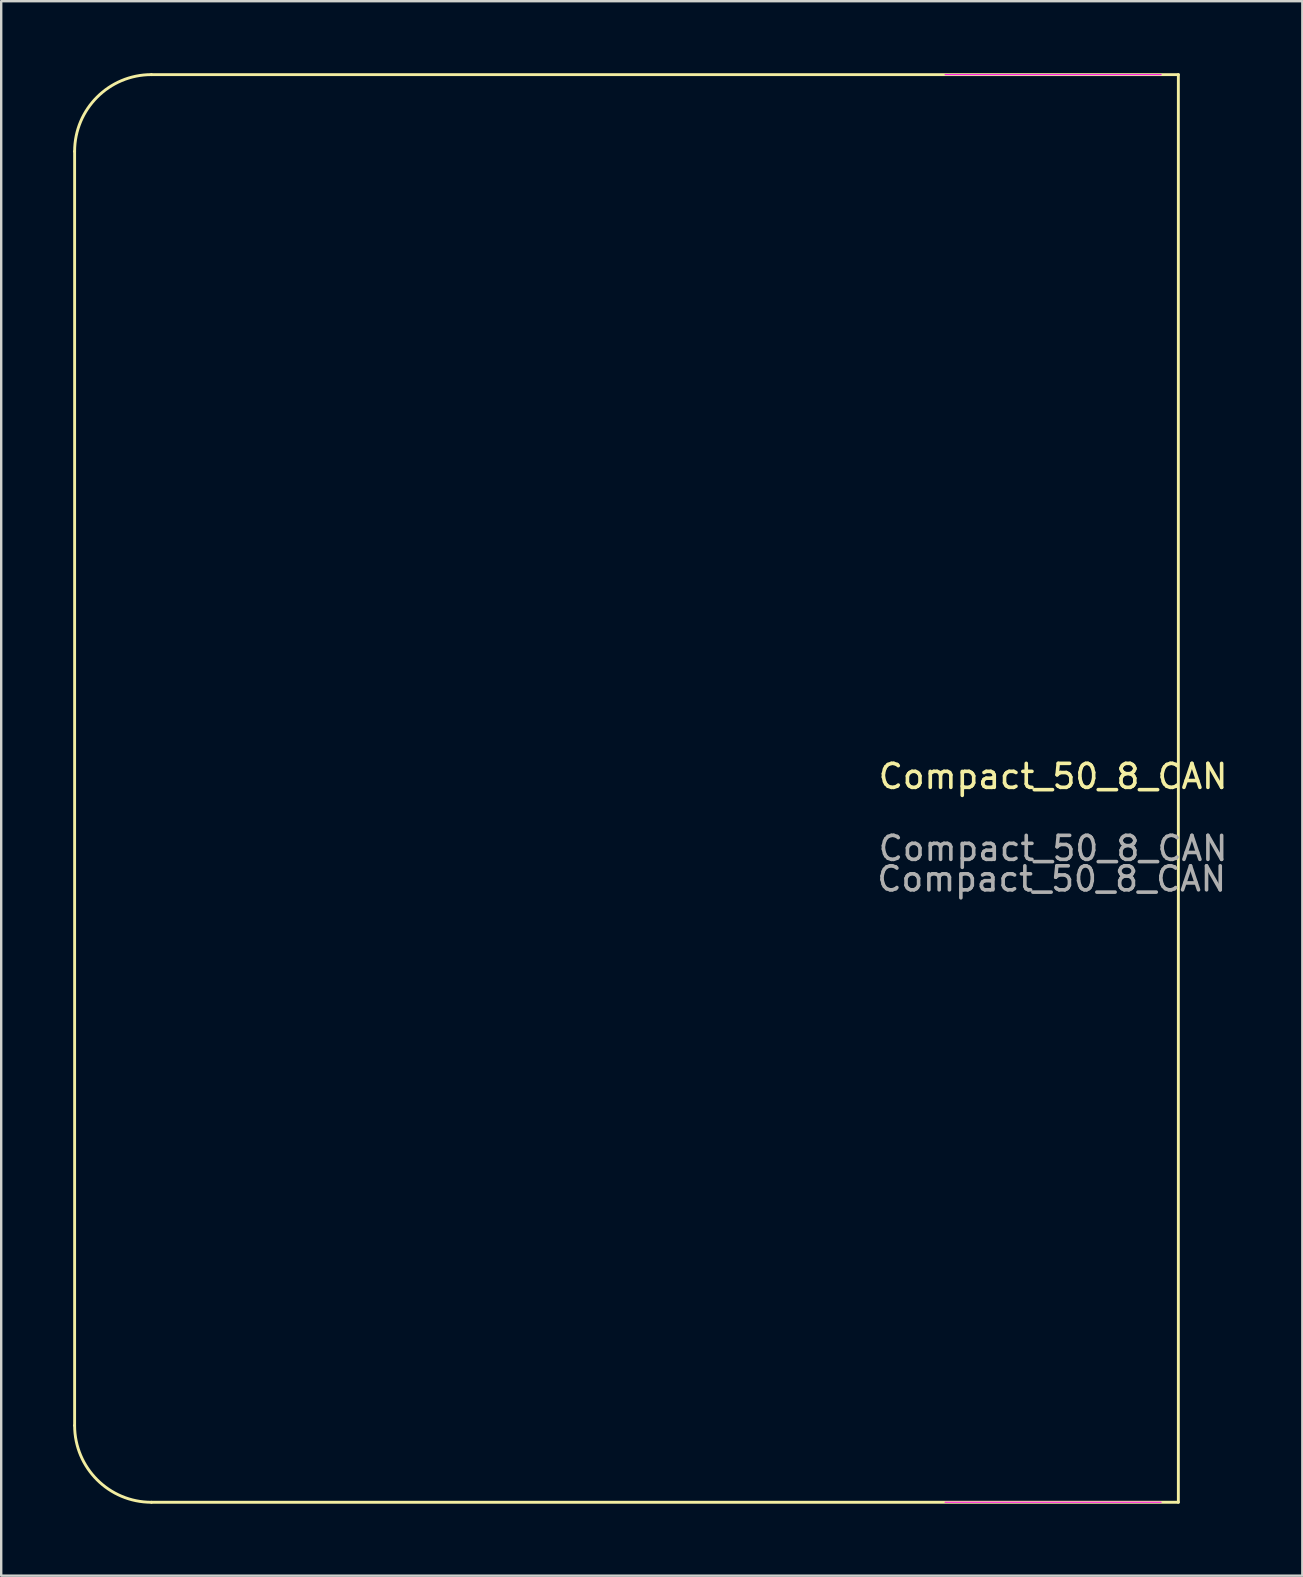
<source format=kicad_pcb>
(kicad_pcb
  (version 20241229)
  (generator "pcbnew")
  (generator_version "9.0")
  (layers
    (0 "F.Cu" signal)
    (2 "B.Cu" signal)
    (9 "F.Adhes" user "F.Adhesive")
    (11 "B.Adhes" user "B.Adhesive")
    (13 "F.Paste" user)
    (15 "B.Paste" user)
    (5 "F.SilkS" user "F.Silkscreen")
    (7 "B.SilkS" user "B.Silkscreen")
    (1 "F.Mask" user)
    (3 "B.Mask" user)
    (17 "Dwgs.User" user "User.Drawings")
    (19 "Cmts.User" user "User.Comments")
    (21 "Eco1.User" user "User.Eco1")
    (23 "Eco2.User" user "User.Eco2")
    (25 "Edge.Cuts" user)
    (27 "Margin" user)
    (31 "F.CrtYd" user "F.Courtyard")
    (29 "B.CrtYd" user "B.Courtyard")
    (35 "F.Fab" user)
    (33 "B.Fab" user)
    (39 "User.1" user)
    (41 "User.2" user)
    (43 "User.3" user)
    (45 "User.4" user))
  (footprint "Compact_50_8_CAN"
    (layer "F.Cu")
    (at 40.84 29.81)
    (property "Reference" "Compact_50_8_CAN" (at 0 -0.5 0) (unlocked yes) (layer "F.SilkS") (effects (font (size 1 1) (thickness 0.15))))
    (attr through_hole)
    (fp_line (start -40.78 26.55) (end -40.78 -26.55) (stroke (width 0.12) (type default)) (layer "F.SilkS"))
    (fp_line (start -37.58 -29.75) (end 5.22 -29.75) (stroke (width 0.12) (type default)) (layer "F.SilkS"))
    (fp_line (start 5.22 -29.75) (end 5.22 29.75) (stroke (width 0.12) (type default)) (layer "F.SilkS"))
    (fp_line (start 5.22 29.75) (end -37.58 29.75) (stroke (width 0.12) (type default)) (layer "F.SilkS"))
    (fp_arc (start -40.78 -26.55) (mid -39.842742 -28.812742) (end -37.58 -29.75) (stroke (width 0.12) (type default)) (layer "F.SilkS"))
    (fp_arc (start -37.58 29.75) (mid -39.842742 28.812742) (end -40.78 26.55) (stroke (width 0.12) (type default)) (layer "F.SilkS"))
    (fp_line (start -4.5 29.75) (end 4.5 29.75) (stroke (width 0.05) (type solid)) (layer "F.CrtYd"))
    (fp_line (start 4.5 -29.75) (end -4.5 -29.75) (stroke (width 0.05) (type solid)) (layer "F.CrtYd"))
    (fp_text user "${REFERENCE}" (at 0 2.5 0) (unlocked yes) (layer "F.Fab") (effects (font (size 1 1) (thickness 0.15))))
    (fp_text user "${REFERENCE}" (at -0.058 3.77 0) (unlocked yes) (layer "F.Fab") (effects (font (size 1 1) (thickness 0.15)))))
  (gr_rect
    (start -3 -3)
    (end 51.227 62.62)
    (stroke (width 0.1) (type default))
    (fill no)
    (layer "Edge.Cuts")))
</source>
